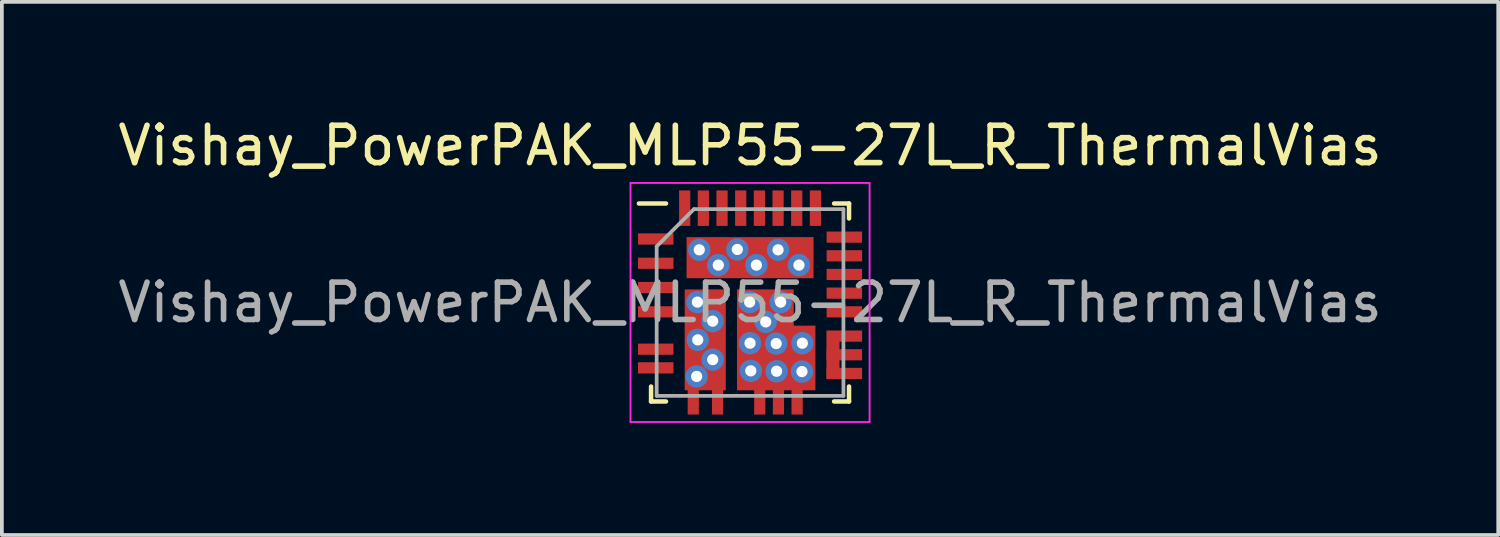
<source format=kicad_pcb>
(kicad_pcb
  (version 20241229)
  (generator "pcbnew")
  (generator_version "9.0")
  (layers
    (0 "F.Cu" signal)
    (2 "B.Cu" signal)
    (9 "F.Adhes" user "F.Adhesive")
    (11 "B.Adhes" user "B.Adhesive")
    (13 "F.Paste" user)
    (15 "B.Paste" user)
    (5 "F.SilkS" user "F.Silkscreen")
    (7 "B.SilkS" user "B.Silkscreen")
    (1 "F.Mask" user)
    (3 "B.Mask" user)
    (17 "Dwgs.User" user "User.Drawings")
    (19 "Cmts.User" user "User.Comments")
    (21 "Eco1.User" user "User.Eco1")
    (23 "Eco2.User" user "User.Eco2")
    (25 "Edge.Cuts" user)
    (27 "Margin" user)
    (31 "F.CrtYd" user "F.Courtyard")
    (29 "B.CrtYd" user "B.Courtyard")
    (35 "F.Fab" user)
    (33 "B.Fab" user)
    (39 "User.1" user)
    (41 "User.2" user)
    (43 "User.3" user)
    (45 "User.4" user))
  (footprint "Vishay_PowerPAK_MLP55-27L_R_ThermalVias"
    (layer "F.Cu")
    (at 17.03 5.048)
    (property "Reference" "Vishay_PowerPAK_MLP55-27L_R_ThermalVias" (at 0 -4.2 0) (layer "F.SilkS") (effects (font (size 1 1) (thickness 0.15))))
    (attr smd)
    (fp_line (start -2.65 2.65) (end -2.65 2.25) (stroke (width 0.12) (type solid)) (layer "F.SilkS"))
    (fp_line (start -2.25 -2.65) (end -2.975 -2.65) (stroke (width 0.12) (type solid)) (layer "F.SilkS"))
    (fp_line (start -2.25 2.65) (end -2.65 2.65) (stroke (width 0.12) (type solid)) (layer "F.SilkS"))
    (fp_line (start 2.25 -2.65) (end 2.65 -2.65) (stroke (width 0.12) (type solid)) (layer "F.SilkS"))
    (fp_line (start 2.25 2.65) (end 2.65 2.65) (stroke (width 0.12) (type solid)) (layer "F.SilkS"))
    (fp_line (start 2.65 -2.65) (end 2.65 -2.25) (stroke (width 0.12) (type solid)) (layer "F.SilkS"))
    (fp_line (start 2.65 2.65) (end 2.65 2.25) (stroke (width 0.12) (type solid)) (layer "F.SilkS"))
    (fp_line (start -3.2 -3.2) (end 3.2 -3.2) (stroke (width 0.05) (type solid)) (layer "F.CrtYd"))
    (fp_line (start -3.2 3.2) (end -3.2 -3.2) (stroke (width 0.05) (type solid)) (layer "F.CrtYd"))
    (fp_line (start 3.2 -3.2) (end 3.2 3.2) (stroke (width 0.05) (type solid)) (layer "F.CrtYd"))
    (fp_line (start 3.2 3.2) (end -3.2 3.2) (stroke (width 0.05) (type solid)) (layer "F.CrtYd"))
    (fp_line (start -2.5 -1.5) (end -2.5 2.5) (stroke (width 0.1) (type solid)) (layer "F.Fab"))
    (fp_line (start -2.5 2.5) (end 2.5 2.5) (stroke (width 0.1) (type solid)) (layer "F.Fab"))
    (fp_line (start -1.5 -2.5) (end -2.5 -1.5) (stroke (width 0.1) (type solid)) (layer "F.Fab"))
    (fp_line (start 2.5 -2.5) (end -1.5 -2.5) (stroke (width 0.1) (type solid)) (layer "F.Fab"))
    (fp_line (start 2.5 2.5) (end 2.5 -2.5) (stroke (width 0.1) (type solid)) (layer "F.Fab"))
    (fp_text user "${REFERENCE}" (at 0 0 0) (layer "F.Fab") (effects (font (size 1 1) (thickness 0.15))))
    (pad "1" smd rect (at -2.525 -1.7 90) (size 0.3 0.95) (layers "F.Cu" "F.Mask" "F.Paste"))
    (pad "2" smd rect (at -2.525 -1.05 90) (size 0.3 0.95) (layers "F.Cu" "F.Mask" "F.Paste"))
    (pad "3" smd rect (at -2.525 -0.4 90) (size 0.3 0.95) (layers "F.Cu" "F.Mask" "F.Paste"))
    (pad "4" smd rect (at -2.525 0.25 90) (size 0.3 0.95) (layers "F.Cu" "F.Mask" "F.Paste"))
    (pad "5" smd rect (at -2.525 1.25 90) (size 0.3 0.95) (layers "F.Cu" "F.Mask" "F.Paste"))
    (pad "6" smd rect (at -2.525 1.75 90) (size 0.3 0.95) (layers "F.Cu" "F.Mask" "F.Paste"))
    (pad "7" smd rect (at -1.52 2.525) (size 0.3 0.95) (layers "F.Cu" "F.Mask" "F.Paste"))
    (pad "8" smd rect (at -0.87 2.525) (size 0.3 0.95) (layers "F.Cu" "F.Mask" "F.Paste"))
    (pad "9" smd rect (at 0.26 2.525) (size 0.3 0.95) (layers "F.Cu" "F.Mask" "F.Paste"))
    (pad "10" smd rect (at 0.76 2.525) (size 0.3 0.95) (layers "F.Cu" "F.Mask" "F.Paste"))
    (pad "11" smd rect (at 1.26 2.525) (size 0.3 0.95) (layers "F.Cu" "F.Mask" "F.Paste"))
    (pad "12" smd rect (at 2.525 1.9 90) (size 0.3 0.95) (layers "F.Cu" "F.Mask" "F.Paste"))
    (pad "13" smd rect (at 2.525 1.4 90) (size 0.3 0.95) (layers "F.Cu" "F.Mask" "F.Paste"))
    (pad "14" smd custom (at 2.525 0.9 90) (size 0.3 0.95) (layers "F.Cu" "F.Mask" "F.Paste") (options (anchor rect)) (primitives (gr_poly (pts (xy 0.15 -0.48) (xy 0.15 -0.13) (xy -1.15 -0.13) (xy -1.15 -0.48)) (width 0) (fill yes))))
    (pad "15" smd rect (at 2.525 0.25 90) (size 0.3 0.95) (layers "F.Cu" "F.Mask" "F.Paste"))
    (pad "16" smd rect (at 2.525 -0.25 90) (size 0.3 0.95) (layers "F.Cu" "F.Mask" "F.Paste"))
    (pad "17" smd rect (at 2.525 -0.75 90) (size 0.3 0.95) (layers "F.Cu" "F.Mask" "F.Paste"))
    (pad "18" smd rect (at 2.525 -1.25 90) (size 0.3 0.95) (layers "F.Cu" "F.Mask" "F.Paste"))
    (pad "19" smd rect (at 2.525 -1.75 90) (size 0.3 0.95) (layers "F.Cu" "F.Mask" "F.Paste"))
    (pad "20" smd rect (at 1.75 -2.525) (size 0.3 0.95) (layers "F.Cu" "F.Mask" "F.Paste"))
    (pad "21" smd rect (at 1.25 -2.525) (size 0.3 0.95) (layers "F.Cu" "F.Mask" "F.Paste"))
    (pad "22" smd rect (at 0.75 -2.525) (size 0.3 0.95) (layers "F.Cu" "F.Mask" "F.Paste"))
    (pad "23" smd rect (at 0.25 -2.525) (size 0.3 0.95) (layers "F.Cu" "F.Mask" "F.Paste"))
    (pad "24" smd rect (at -0.25 -2.525) (size 0.3 0.95) (layers "F.Cu" "F.Mask" "F.Paste"))
    (pad "25" smd rect (at -0.75 -2.525) (size 0.3 0.95) (layers "F.Cu" "F.Mask" "F.Paste"))
    (pad "26" smd rect (at -1.25 -2.525) (size 0.3 0.95) (layers "F.Cu" "F.Mask" "F.Paste"))
    (pad "27" smd rect (at -1.75 -2.525) (size 0.3 0.95) (layers "F.Cu" "F.Mask" "F.Paste"))
    (pad "28" thru_hole circle (at -1.36 -1.41) (size 0.6 0.6) (drill 0.3) (layers "*.Cu" "*.Mask"))
    (pad "28" thru_hole circle (at -0.85 -1) (size 0.6 0.6) (drill 0.3) (layers "*.Cu" "*.Mask"))
    (pad "28" thru_hole circle (at -0.34 -1.42) (size 0.6 0.6) (drill 0.3) (layers "*.Cu" "*.Mask"))
    (pad "28" smd rect (at 0 -1.2 180) (size 3.4 1.1) (layers "F.Cu" "F.Mask" "F.Paste"))
    (pad "28" thru_hole circle (at 0.17 -1) (size 0.6 0.6) (drill 0.3) (layers "*.Cu" "*.Mask"))
    (pad "28" thru_hole circle (at 0.75 -1.41) (size 0.6 0.6) (drill 0.3) (layers "*.Cu" "*.Mask"))
    (pad "28" thru_hole circle (at 1.31 -1) (size 0.6 0.6) (drill 0.3) (layers "*.Cu" "*.Mask"))
    (pad "29" thru_hole circle (at -1.43 1.98) (size 0.6 0.6) (drill 0.3) (layers "*.Cu" "*.Mask"))
    (pad "29" thru_hole circle (at -1.41 -0.01) (size 0.6 0.6) (drill 0.3) (layers "*.Cu" "*.Mask"))
    (pad "29" thru_hole circle (at -1.4 1) (size 0.6 0.6) (drill 0.3) (layers "*.Cu" "*.Mask"))
    (pad "29" smd rect (at -1.2 1 180) (size 1.1 2.7) (layers "F.Cu" "F.Mask" "F.Paste"))
    (pad "29" thru_hole circle (at -1 0.5) (size 0.6 0.6) (drill 0.3) (layers "*.Cu" "*.Mask"))
    (pad "29" thru_hole circle (at -1 1.53) (size 0.6 0.6) (drill 0.3) (layers "*.Cu" "*.Mask"))
    (pad "30" smd custom (at -0.05 -0.05) (size 0.6 0.6) (layers "F.Cu" "F.Mask" "F.Paste") (options (anchor rect)) (primitives (gr_poly (pts (xy -0.3 -0.3) (xy 1.22 -0.3) (xy 1.22 0.67) (xy 1.8 0.67) (xy 1.8 2.4) (xy -0.3 2.4)) (width 0) (fill yes))))
    (pad "30" thru_hole circle (at -0.01 -0.01) (size 0.6 0.6) (drill 0.3) (layers "*.Cu" "*.Mask"))
    (pad "30" thru_hole circle (at 0 1.09) (size 0.6 0.6) (drill 0.3) (layers "*.Cu" "*.Mask"))
    (pad "30" thru_hole circle (at 0.02 1.83) (size 0.6 0.6) (drill 0.3) (layers "*.Cu" "*.Mask"))
    (pad "30" thru_hole circle (at 0.42 0.52) (size 0.6 0.6) (drill 0.3) (layers "*.Cu" "*.Mask"))
    (pad "30" thru_hole circle (at 0.7 1.1) (size 0.6 0.6) (drill 0.3) (layers "*.Cu" "*.Mask"))
    (pad "30" thru_hole circle (at 0.71 1.84) (size 0.6 0.6) (drill 0.3) (layers "*.Cu" "*.Mask"))
    (pad "30" thru_hole circle (at 0.82 -0.01) (size 0.6 0.6) (drill 0.3) (layers "*.Cu" "*.Mask"))
    (pad "30" thru_hole circle (at 1.39 1.85) (size 0.6 0.6) (drill 0.3) (layers "*.Cu" "*.Mask"))
    (pad "30" thru_hole circle (at 1.4 1.09) (size 0.6 0.6) (drill 0.3) (layers "*.Cu" "*.Mask")))
  (gr_rect
    (start -3 -3)
    (end 37.06 11.273)
    (stroke (width 0.1) (type default))
    (fill no)
    (layer "Edge.Cuts")))
</source>
